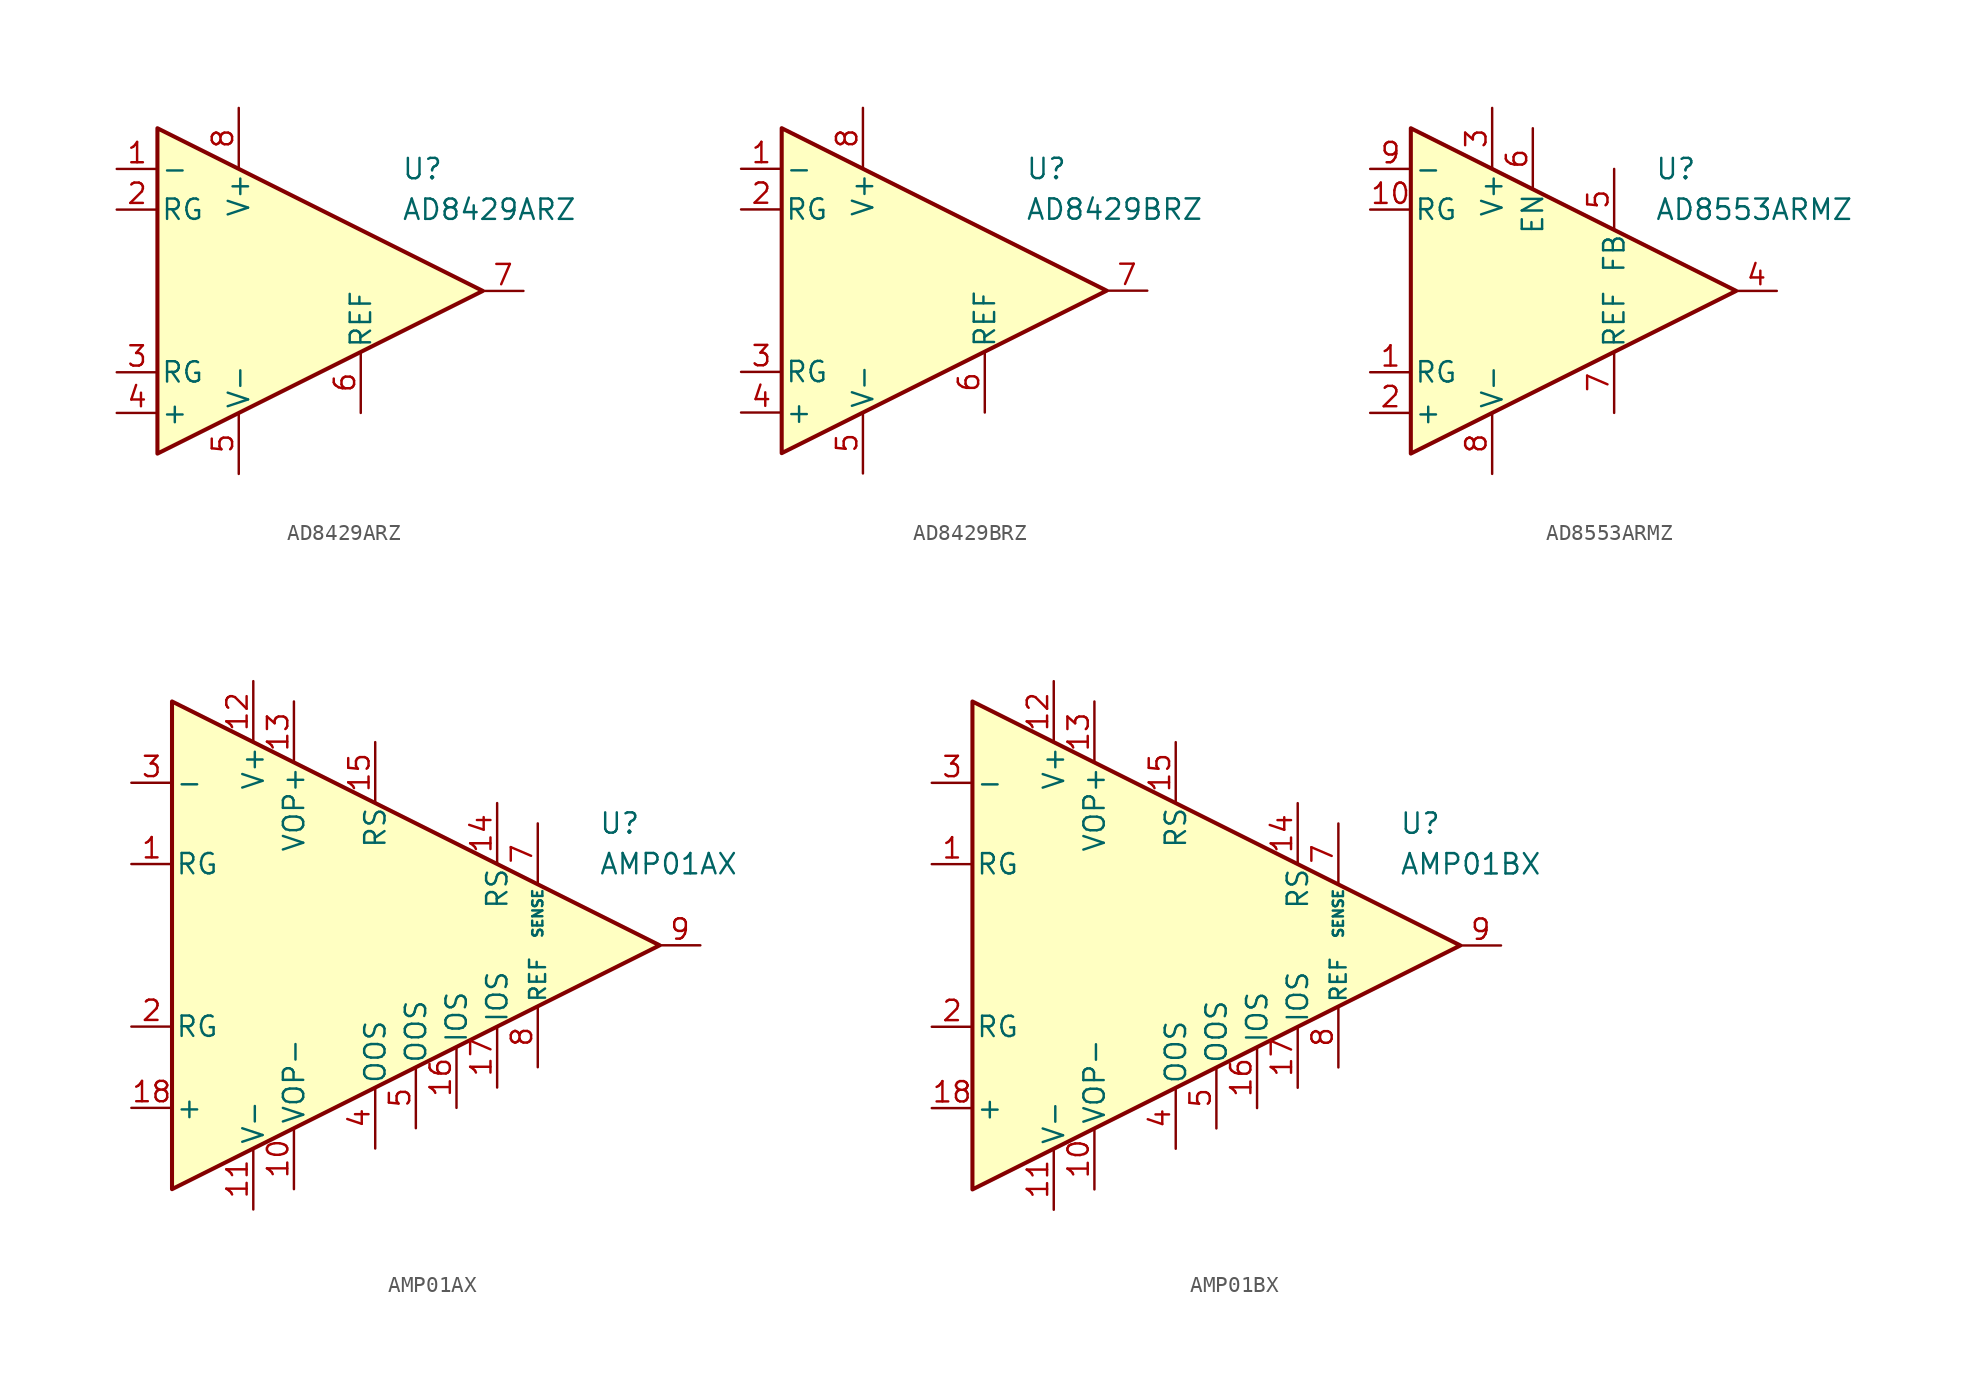
<source format=kicad_sym>
(kicad_symbol_lib
  (version 20231120)
  (generator "kicad_symbol_editor")
  (generator_version "8.0")
  (symbol "AD8429ARZ"
    (pin_names
      (offset 0.2))
    (property "Reference" "U"
      (at 6.35 7.62 0)
      (effects (font (size 1.27 1.27)) (justify left)))
    (property "Value" "AD8429ARZ"
      (at 6.35 5.08 0)
      (effects (font (size 1.27 1.27)) (justify left)))
    (symbol "AD8429ARZ_0_1"
      (polyline (pts (xy -8.89 10.16) (xy -8.89 -10.16) (xy 11.43 0) (xy -8.89 10.16)) (stroke (width 0.254) (type default)) (fill (type background))))
    (symbol "AD8429ARZ_1_1"
      (pin input line (at -11.43 7.62 0) (length 2.54) (name "-" (effects (font (size 1.27 1.27)))) (number "1" (effects (font (size 1.27 1.27)))))
      (pin passive line (at -11.43 5.08 0) (length 2.54) (name "RG" (effects (font (size 1.27 1.27)))) (number "2" (effects (font (size 1.27 1.27)))))
      (pin passive line (at -11.43 -5.08 0) (length 2.54) (name "RG" (effects (font (size 1.27 1.27)))) (number "3" (effects (font (size 1.27 1.27)))))
      (pin input line (at -11.43 -7.62 0) (length 2.54) (name "+" (effects (font (size 1.27 1.27)))) (number "4" (effects (font (size 1.27 1.27)))))
      (pin power_in line (at -3.81 -11.43 90) (length 3.81) (name "V-" (effects (font (size 1.27 1.27)))) (number "5" (effects (font (size 1.27 1.27)))))
      (pin input line (at 3.81 -7.62 90) (length 3.81) (name "REF" (effects (font (size 1.27 1.27)))) (number "6" (effects (font (size 1.27 1.27)))))
      (pin output line (at 13.97 0 180) (length 2.54) (name "~" (effects (font (size 1.27 1.27)))) (number "7" (effects (font (size 1.27 1.27)))))
      (pin power_in line (at -3.81 11.43 270) (length 3.81) (name "V+" (effects (font (size 1.27 1.27)))) (number "8" (effects (font (size 1.27 1.27)))))))
  (symbol "AD8429BRZ"
    (pin_names
      (offset 0.2))
    (property "Reference" "U"
      (at 6.35 7.62 0)
      (effects (font (size 1.27 1.27)) (justify left)))
    (property "Value" "AD8429BRZ"
      (at 6.35 5.08 0)
      (effects (font (size 1.27 1.27)) (justify left)))
    (symbol "AD8429BRZ_0_1"
      (polyline (pts (xy -8.89 10.16) (xy -8.89 -10.16) (xy 11.43 0) (xy -8.89 10.16)) (stroke (width 0.254) (type default)) (fill (type background))))
    (symbol "AD8429BRZ_1_1"
      (pin input line (at -11.43 7.62 0) (length 2.54) (name "-" (effects (font (size 1.27 1.27)))) (number "1" (effects (font (size 1.27 1.27)))))
      (pin passive line (at -11.43 5.08 0) (length 2.54) (name "RG" (effects (font (size 1.27 1.27)))) (number "2" (effects (font (size 1.27 1.27)))))
      (pin passive line (at -11.43 -5.08 0) (length 2.54) (name "RG" (effects (font (size 1.27 1.27)))) (number "3" (effects (font (size 1.27 1.27)))))
      (pin input line (at -11.43 -7.62 0) (length 2.54) (name "+" (effects (font (size 1.27 1.27)))) (number "4" (effects (font (size 1.27 1.27)))))
      (pin power_in line (at -3.81 -11.43 90) (length 3.81) (name "V-" (effects (font (size 1.27 1.27)))) (number "5" (effects (font (size 1.27 1.27)))))
      (pin input line (at 3.81 -7.62 90) (length 3.81) (name "REF" (effects (font (size 1.27 1.27)))) (number "6" (effects (font (size 1.27 1.27)))))
      (pin output line (at 13.97 0 180) (length 2.54) (name "~" (effects (font (size 1.27 1.27)))) (number "7" (effects (font (size 1.27 1.27)))))
      (pin power_in line (at -3.81 11.43 270) (length 3.81) (name "V+" (effects (font (size 1.27 1.27)))) (number "8" (effects (font (size 1.27 1.27)))))))
  (symbol "AD8553ARMZ"
    (pin_names
      (offset 0.2))
    (property "Reference" "U"
      (at 6.35 7.62 0)
      (effects (font (size 1.27 1.27)) (justify left)))
    (property "Value" "AD8553ARMZ"
      (at 6.35 5.08 0)
      (effects (font (size 1.27 1.27)) (justify left)))
    (symbol "AD8553ARMZ_0_1"
      (polyline (pts (xy -8.89 10.16) (xy -8.89 -10.16) (xy 11.43 0) (xy -8.89 10.16)) (stroke (width 0.254) (type default)) (fill (type background))))
    (symbol "AD8553ARMZ_1_1"
      (pin passive line (at -11.43 -5.08 0) (length 2.54) (name "RG" (effects (font (size 1.27 1.27)))) (number "1" (effects (font (size 1.27 1.27)))))
      (pin passive line (at -11.43 5.08 0) (length 2.54) (name "RG" (effects (font (size 1.27 1.27)))) (number "10" (effects (font (size 1.27 1.27)))))
      (pin input line (at -11.43 -7.62 0) (length 2.54) (name "+" (effects (font (size 1.27 1.27)))) (number "2" (effects (font (size 1.27 1.27)))))
      (pin power_in line (at -3.81 11.43 270) (length 3.81) (name "V+" (effects (font (size 1.27 1.27)))) (number "3" (effects (font (size 1.27 1.27)))))
      (pin output line (at 13.97 0 180) (length 2.54) (name "~" (effects (font (size 1.27 1.27)))) (number "4" (effects (font (size 1.27 1.27)))))
      (pin input line (at 3.81 7.62 270) (length 3.81) (name "FB" (effects (font (size 1.27 1.27)))) (number "5" (effects (font (size 1.27 1.27)))))
      (pin input line (at -1.27 10.16 270) (length 3.81) (name "EN" (effects (font (size 1.27 1.27)))) (number "6" (effects (font (size 1.27 1.27)))))
      (pin input line (at 3.81 -7.62 90) (length 3.81) (name "REF" (effects (font (size 1.27 1.27)))) (number "7" (effects (font (size 1.27 1.27)))))
      (pin power_in line (at -3.81 -11.43 90) (length 3.81) (name "V-" (effects (font (size 1.27 1.27)))) (number "8" (effects (font (size 1.27 1.27)))))
      (pin input line (at -11.43 7.62 0) (length 2.54) (name "-" (effects (font (size 1.27 1.27)))) (number "9" (effects (font (size 1.27 1.27)))))))
  (symbol "AMP01AX"
    (pin_names
      (offset 0.2))
    (property "Reference" "U"
      (at 17.78 7.62 0)
      (effects (font (size 1.27 1.27)) (justify left)))
    (property "Value" "AMP01AX"
      (at 17.78 5.08 0)
      (effects (font (size 1.27 1.27)) (justify left)))
    (symbol "AMP01AX_0_1"
      (polyline (pts (xy -8.89 15.24) (xy -8.89 -15.24) (xy 21.59 0) (xy -8.89 15.24)) (stroke (width 0.254) (type default)) (fill (type background))))
    (symbol "AMP01AX_1_1"
      (pin passive line (at -11.43 5.08 0) (length 2.54) (name "RG" (effects (font (size 1.27 1.27)))) (number "1" (effects (font (size 1.27 1.27)))))
      (pin power_in line (at -1.27 -15.24 90) (length 3.81) (name "VOP-" (effects (font (size 1.27 1.27)))) (number "10" (effects (font (size 1.27 1.27)))))
      (pin power_in line (at -3.81 -16.51 90) (length 3.81) (name "V-" (effects (font (size 1.27 1.27)))) (number "11" (effects (font (size 1.27 1.27)))))
      (pin power_in line (at -3.81 16.51 270) (length 3.81) (name "V+" (effects (font (size 1.27 1.27)))) (number "12" (effects (font (size 1.27 1.27)))))
      (pin power_in line (at -1.27 15.24 270) (length 3.81) (name "VOP+" (effects (font (size 1.27 1.27)))) (number "13" (effects (font (size 1.27 1.27)))))
      (pin passive line (at 11.43 8.89 270) (length 3.81) (name "RS" (effects (font (size 1.27 1.27)))) (number "14" (effects (font (size 1.27 1.27)))))
      (pin passive line (at 3.81 12.7 270) (length 3.81) (name "RS" (effects (font (size 1.27 1.27)))) (number "15" (effects (font (size 1.27 1.27)))))
      (pin passive line (at 8.89 -10.16 90) (length 3.81) (name "IOS" (effects (font (size 1.27 1.27)))) (number "16" (effects (font (size 1.27 1.27)))))
      (pin passive line (at 11.43 -8.89 90) (length 3.81) (name "IOS" (effects (font (size 1.27 1.27)))) (number "17" (effects (font (size 1.27 1.27)))))
      (pin input line (at -11.43 -10.16 0) (length 2.54) (name "+" (effects (font (size 1.27 1.27)))) (number "18" (effects (font (size 1.27 1.27)))))
      (pin passive line (at -11.43 -5.08 0) (length 2.54) (name "RG" (effects (font (size 1.27 1.27)))) (number "2" (effects (font (size 1.27 1.27)))))
      (pin input line (at -11.43 10.16 0) (length 2.54) (name "-" (effects (font (size 1.27 1.27)))) (number "3" (effects (font (size 1.27 1.27)))))
      (pin passive line (at 3.81 -12.7 90) (length 3.81) (name "OOS" (effects (font (size 1.27 1.27)))) (number "4" (effects (font (size 1.27 1.27)))))
      (pin passive line (at 6.35 -11.43 90) (length 3.81) (name "OOS" (effects (font (size 1.27 1.27)))) (number "5" (effects (font (size 1.27 1.27)))))
      (pin no_connect line (at -1.27 0 0) (length 2.54) hide (name "NC" (effects (font (size 1.27 1.27)))) (number "6" (effects (font (size 1.27 1.27)))))
      (pin input line (at 13.97 7.62 270) (length 3.81) (name "SENSE" (effects (font (size 0.635 0.635)))) (number "7" (effects (font (size 1.27 1.27)))))
      (pin input line (at 13.97 -7.62 90) (length 3.81) (name "REF" (effects (font (size 1 1)))) (number "8" (effects (font (size 1.27 1.27)))))
      (pin output line (at 24.13 0 180) (length 2.54) (name "~" (effects (font (size 1.27 1.27)))) (number "9" (effects (font (size 1.27 1.27)))))))
  (symbol "AMP01BX"
    (pin_names
      (offset 0.2))
    (property "Reference" "U"
      (at 17.78 7.62 0)
      (effects (font (size 1.27 1.27)) (justify left)))
    (property "Value" "AMP01BX"
      (at 17.78 5.08 0)
      (effects (font (size 1.27 1.27)) (justify left)))
    (symbol "AMP01BX_0_1"
      (polyline (pts (xy -8.89 15.24) (xy -8.89 -15.24) (xy 21.59 0) (xy -8.89 15.24)) (stroke (width 0.254) (type default)) (fill (type background))))
    (symbol "AMP01BX_1_1"
      (pin passive line (at -11.43 5.08 0) (length 2.54) (name "RG" (effects (font (size 1.27 1.27)))) (number "1" (effects (font (size 1.27 1.27)))))
      (pin power_in line (at -1.27 -15.24 90) (length 3.81) (name "VOP-" (effects (font (size 1.27 1.27)))) (number "10" (effects (font (size 1.27 1.27)))))
      (pin power_in line (at -3.81 -16.51 90) (length 3.81) (name "V-" (effects (font (size 1.27 1.27)))) (number "11" (effects (font (size 1.27 1.27)))))
      (pin power_in line (at -3.81 16.51 270) (length 3.81) (name "V+" (effects (font (size 1.27 1.27)))) (number "12" (effects (font (size 1.27 1.27)))))
      (pin power_in line (at -1.27 15.24 270) (length 3.81) (name "VOP+" (effects (font (size 1.27 1.27)))) (number "13" (effects (font (size 1.27 1.27)))))
      (pin passive line (at 11.43 8.89 270) (length 3.81) (name "RS" (effects (font (size 1.27 1.27)))) (number "14" (effects (font (size 1.27 1.27)))))
      (pin passive line (at 3.81 12.7 270) (length 3.81) (name "RS" (effects (font (size 1.27 1.27)))) (number "15" (effects (font (size 1.27 1.27)))))
      (pin passive line (at 8.89 -10.16 90) (length 3.81) (name "IOS" (effects (font (size 1.27 1.27)))) (number "16" (effects (font (size 1.27 1.27)))))
      (pin passive line (at 11.43 -8.89 90) (length 3.81) (name "IOS" (effects (font (size 1.27 1.27)))) (number "17" (effects (font (size 1.27 1.27)))))
      (pin input line (at -11.43 -10.16 0) (length 2.54) (name "+" (effects (font (size 1.27 1.27)))) (number "18" (effects (font (size 1.27 1.27)))))
      (pin passive line (at -11.43 -5.08 0) (length 2.54) (name "RG" (effects (font (size 1.27 1.27)))) (number "2" (effects (font (size 1.27 1.27)))))
      (pin input line (at -11.43 10.16 0) (length 2.54) (name "-" (effects (font (size 1.27 1.27)))) (number "3" (effects (font (size 1.27 1.27)))))
      (pin passive line (at 3.81 -12.7 90) (length 3.81) (name "OOS" (effects (font (size 1.27 1.27)))) (number "4" (effects (font (size 1.27 1.27)))))
      (pin passive line (at 6.35 -11.43 90) (length 3.81) (name "OOS" (effects (font (size 1.27 1.27)))) (number "5" (effects (font (size 1.27 1.27)))))
      (pin no_connect line (at 0 0 0) (length 2.54) hide (name "NC" (effects (font (size 1.27 1.27)))) (number "6" (effects (font (size 1.27 1.27)))))
      (pin input line (at 13.97 7.62 270) (length 3.81) (name "SENSE" (effects (font (size 0.635 0.635)))) (number "7" (effects (font (size 1.27 1.27)))))
      (pin input line (at 13.97 -7.62 90) (length 3.81) (name "REF" (effects (font (size 1 1)))) (number "8" (effects (font (size 1.27 1.27)))))
      (pin output line (at 24.13 0 180) (length 2.54) (name "~" (effects (font (size 1.27 1.27)))) (number "9" (effects (font (size 1.27 1.27))))))))
</source>
